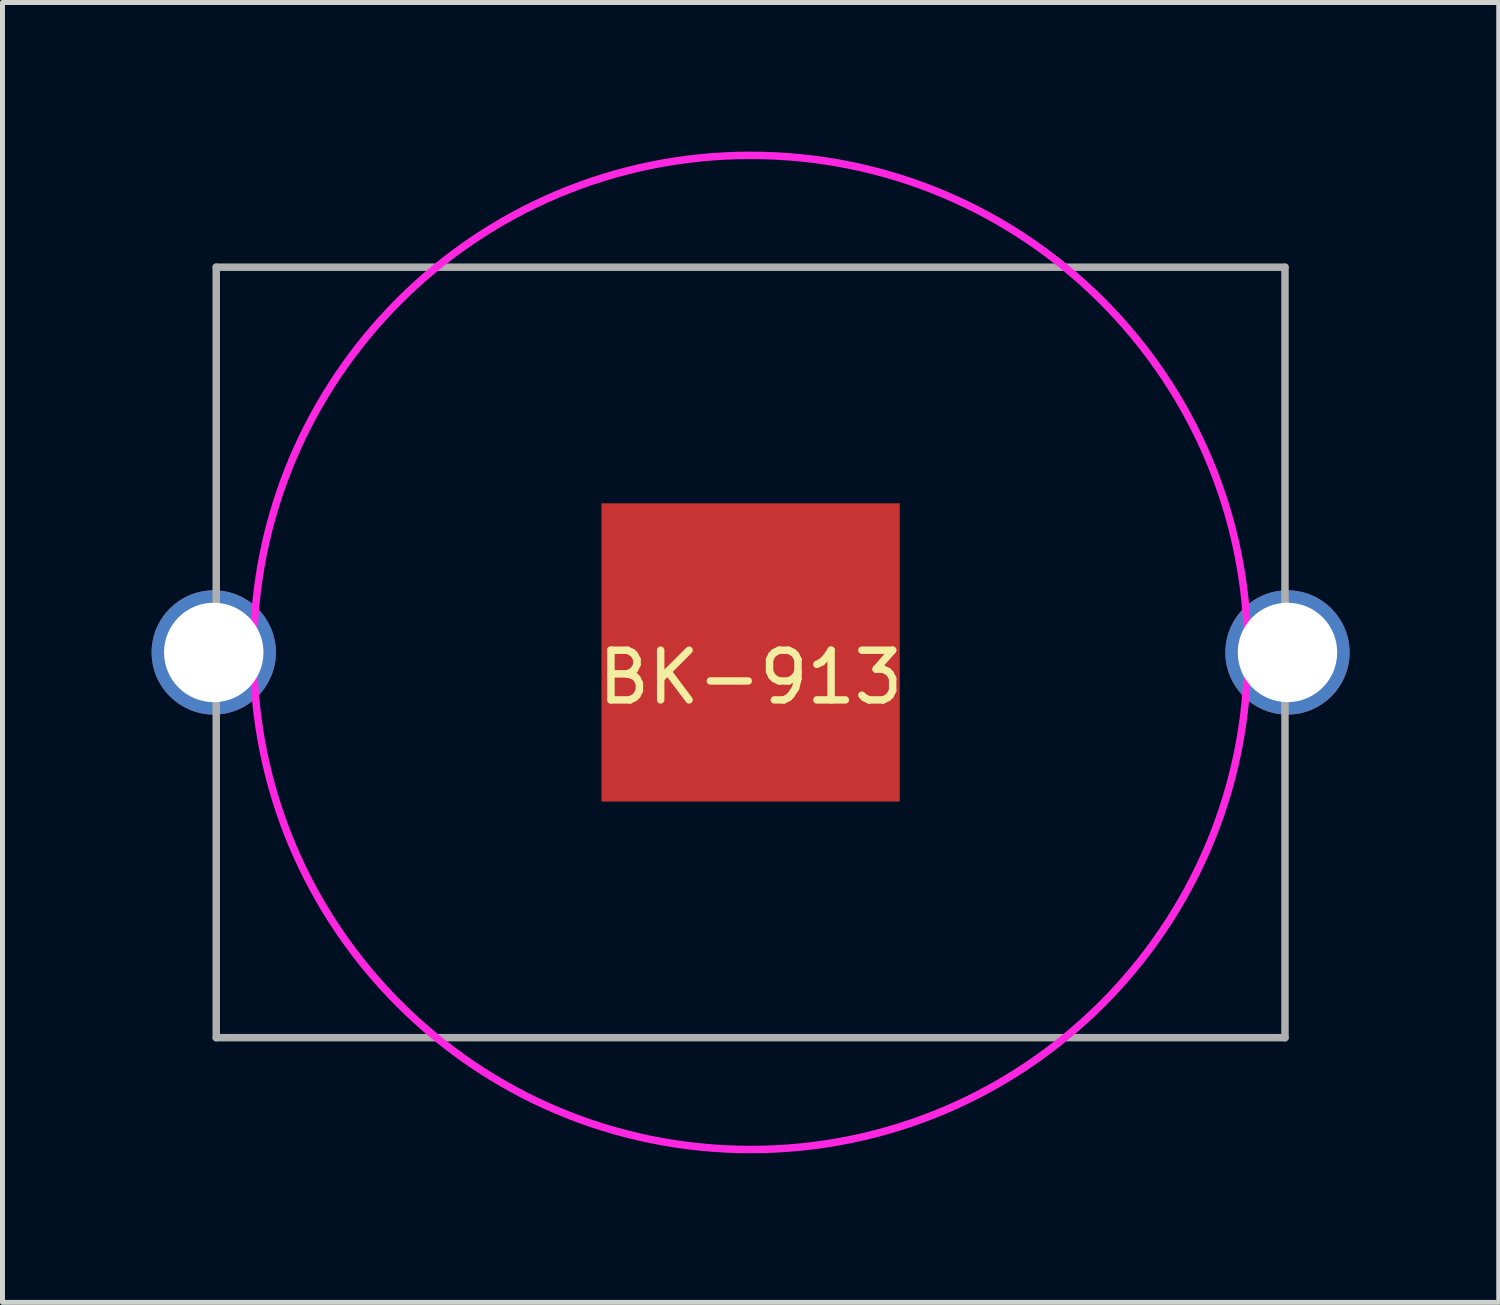
<source format=kicad_pcb>
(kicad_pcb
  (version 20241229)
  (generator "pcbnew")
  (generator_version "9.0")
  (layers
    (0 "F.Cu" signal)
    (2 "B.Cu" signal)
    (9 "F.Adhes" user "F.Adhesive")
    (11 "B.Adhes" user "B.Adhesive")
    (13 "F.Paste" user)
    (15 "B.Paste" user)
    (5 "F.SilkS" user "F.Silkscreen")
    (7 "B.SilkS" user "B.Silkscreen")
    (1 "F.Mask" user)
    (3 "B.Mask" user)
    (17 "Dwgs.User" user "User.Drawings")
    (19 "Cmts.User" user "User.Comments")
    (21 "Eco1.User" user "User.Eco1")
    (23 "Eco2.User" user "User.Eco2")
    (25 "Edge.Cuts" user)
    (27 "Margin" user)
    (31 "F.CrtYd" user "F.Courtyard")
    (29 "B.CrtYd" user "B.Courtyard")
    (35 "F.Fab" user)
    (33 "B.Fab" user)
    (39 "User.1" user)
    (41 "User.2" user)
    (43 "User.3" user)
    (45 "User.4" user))
  (footprint "BK-913"
    (layer "F.Cu")
    (at 12.05 10.075)
    (property "Reference" "BK-913" (at 0 0.5 0) (layer "F.SilkS") (effects (font (size 1 1) (thickness 0.15))))
    (attr through_hole)
    (fp_circle (center 0 0) (end 10 0) (stroke (width 0.15) (type solid)) (fill no) (layer "F.CrtYd"))
    (fp_line (start -10.75 -7.75) (end 10.75 -7.75) (stroke (width 0.15) (type solid)) (layer "F.Fab"))
    (fp_line (start -10.75 7.75) (end -10.75 -7.75) (stroke (width 0.15) (type solid)) (layer "F.Fab"))
    (fp_line (start 10.75 -7.75) (end 10.75 7.75) (stroke (width 0.15) (type solid)) (layer "F.Fab"))
    (fp_line (start 10.75 7.75) (end -10.75 7.75) (stroke (width 0.15) (type solid)) (layer "F.Fab"))
    (pad "1" thru_hole circle (at -10.8 0) (size 2.5 2.5) (drill 2) (layers "*.Cu" "*.Mask"))
    (pad "1" thru_hole circle (at 10.8 0) (size 2.5 2.5) (drill 2) (layers "*.Cu" "*.Mask"))
    (pad "2" smd rect (at 0 0) (size 6 6) (layers "F.Cu" "F.Mask" "F.Paste")))
  (gr_rect
    (start -3 -3)
    (end 27.1 23.15)
    (stroke (width 0.1) (type default))
    (fill no)
    (layer "Edge.Cuts")))
</source>
